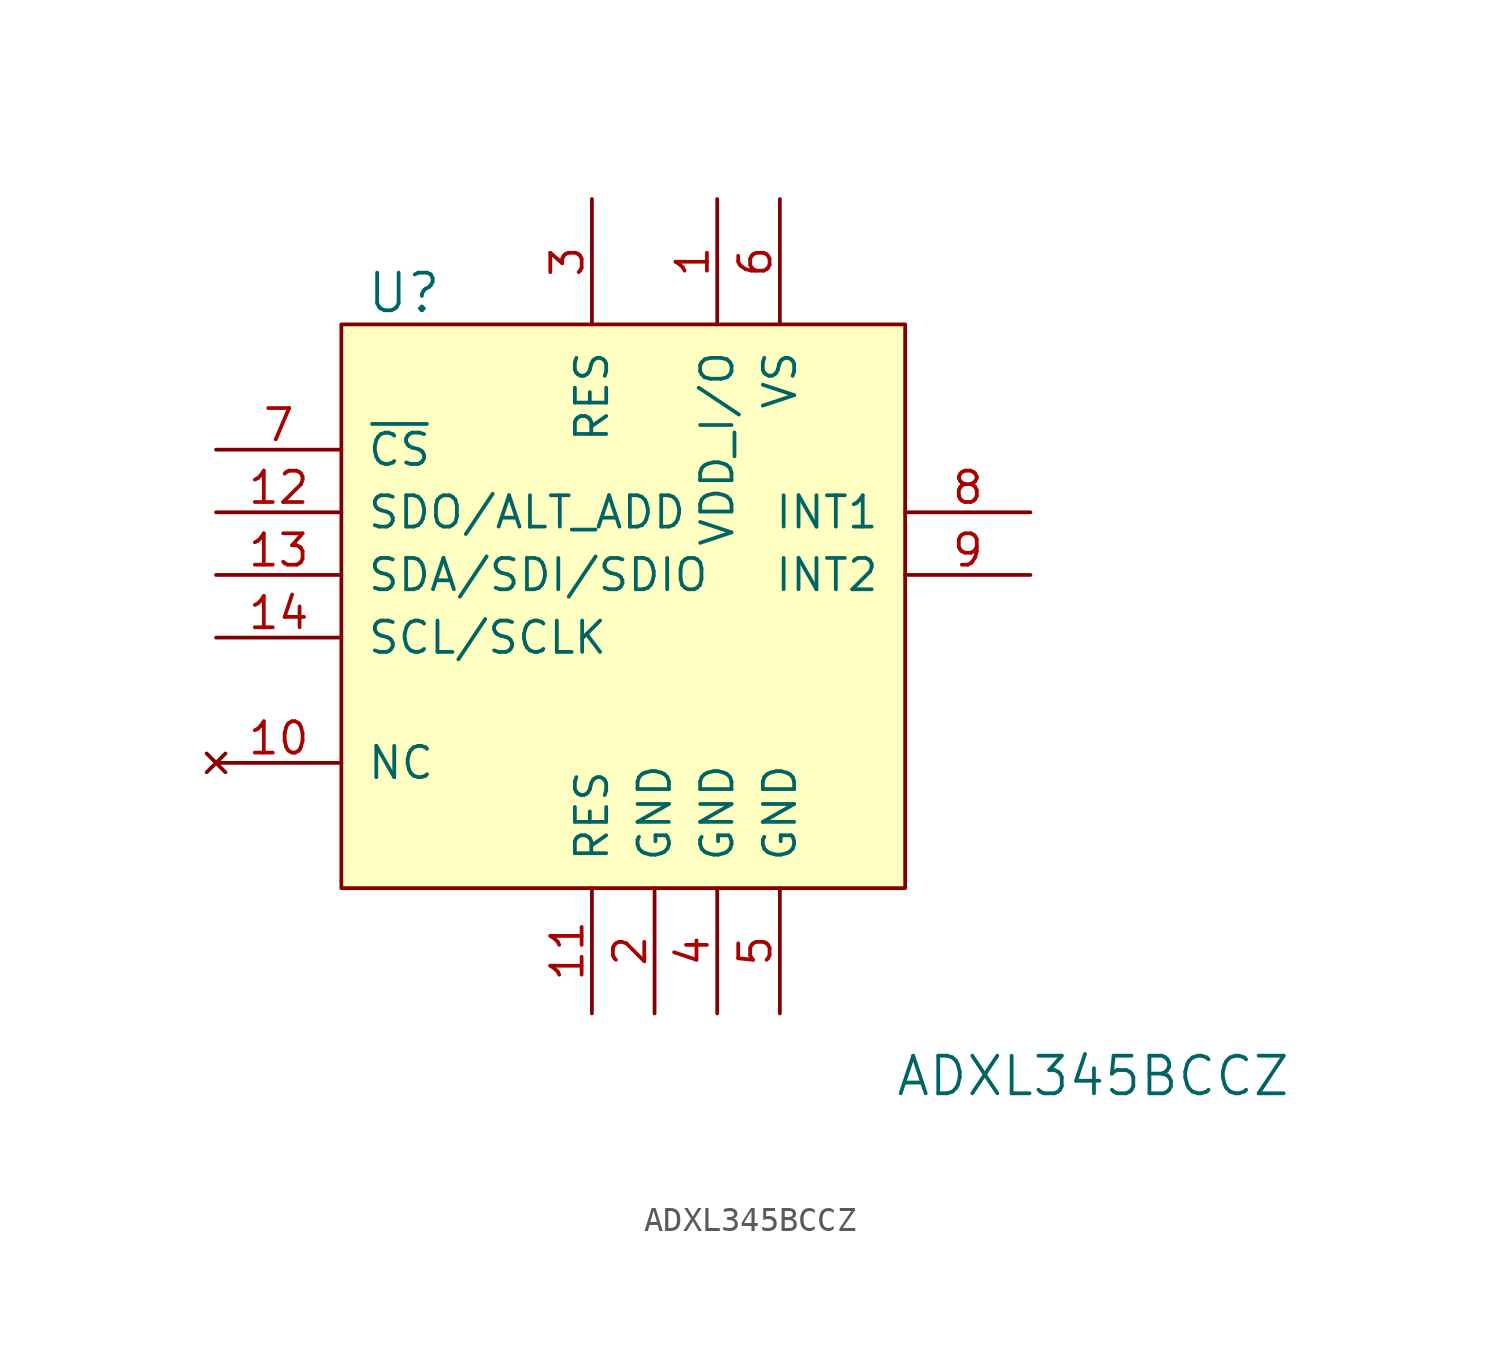
<source format=kicad_sym>
(kicad_symbol_lib
  (version 20211014)
  (generator kicad_symbol_editor)
  (symbol "ADXL345BCCZ"
    (pin_names
      (offset 1.016))
    (property "Reference" "U"
      (at -7.62 11.43 0)
      (effects (font (size 1.524 1.524))))
    (property "Value" "ADXL345BCCZ"
      (at 20.32 -20.32 0)
      (effects (font (size 1.524 1.524))))
    (symbol "ADXL345BCCZ_0_1"
      (rectangle (start -10.16 10.16) (end 12.7 -12.7) (stroke (width 0) (type default) (color 0 0 0 0)) (fill (type background))))
    (symbol "ADXL345BCCZ_1_1"
      (pin power_in line (at 5.08 15.24 270) (length 5.08) (name "VDD_I/O" (effects (font (size 1.27 1.27)))) (number "1" (effects (font (size 1.27 1.27)))))
      (pin no_connect line (at -15.24 -7.62 0) (length 5.08) (name "NC" (effects (font (size 1.27 1.27)))) (number "10" (effects (font (size 1.27 1.27)))))
      (pin power_in line (at 0 -17.78 90) (length 5.08) (name "RES" (effects (font (size 1.27 1.27)))) (number "11" (effects (font (size 1.27 1.27)))))
      (pin bidirectional line (at -15.24 2.54 0) (length 5.08) (name "SDO/ALT_ADD" (effects (font (size 1.27 1.27)))) (number "12" (effects (font (size 1.27 1.27)))))
      (pin bidirectional line (at -15.24 0 0) (length 5.08) (name "SDA/SDI/SDIO" (effects (font (size 1.27 1.27)))) (number "13" (effects (font (size 1.27 1.27)))))
      (pin bidirectional line (at -15.24 -2.54 0) (length 5.08) (name "SCL/SCLK" (effects (font (size 1.27 1.27)))) (number "14" (effects (font (size 1.27 1.27)))))
      (pin power_in line (at 2.54 -17.78 90) (length 5.08) (name "GND" (effects (font (size 1.27 1.27)))) (number "2" (effects (font (size 1.27 1.27)))))
      (pin power_in line (at 0 15.24 270) (length 5.08) (name "RES" (effects (font (size 1.27 1.27)))) (number "3" (effects (font (size 1.27 1.27)))))
      (pin power_in line (at 5.08 -17.78 90) (length 5.08) (name "GND" (effects (font (size 1.27 1.27)))) (number "4" (effects (font (size 1.27 1.27)))))
      (pin power_in line (at 7.62 -17.78 90) (length 5.08) (name "GND" (effects (font (size 1.27 1.27)))) (number "5" (effects (font (size 1.27 1.27)))))
      (pin power_in line (at 7.62 15.24 270) (length 5.08) (name "VS" (effects (font (size 1.27 1.27)))) (number "6" (effects (font (size 1.27 1.27)))))
      (pin input line (at -15.24 5.08 0) (length 5.08) (name "~{CS}" (effects (font (size 1.27 1.27)))) (number "7" (effects (font (size 1.27 1.27)))))
      (pin output line (at 17.78 2.54 180) (length 5.08) (name "INT1" (effects (font (size 1.27 1.27)))) (number "8" (effects (font (size 1.27 1.27)))))
      (pin output line (at 17.78 0 180) (length 5.08) (name "INT2" (effects (font (size 1.27 1.27)))) (number "9" (effects (font (size 1.27 1.27))))))))
</source>
